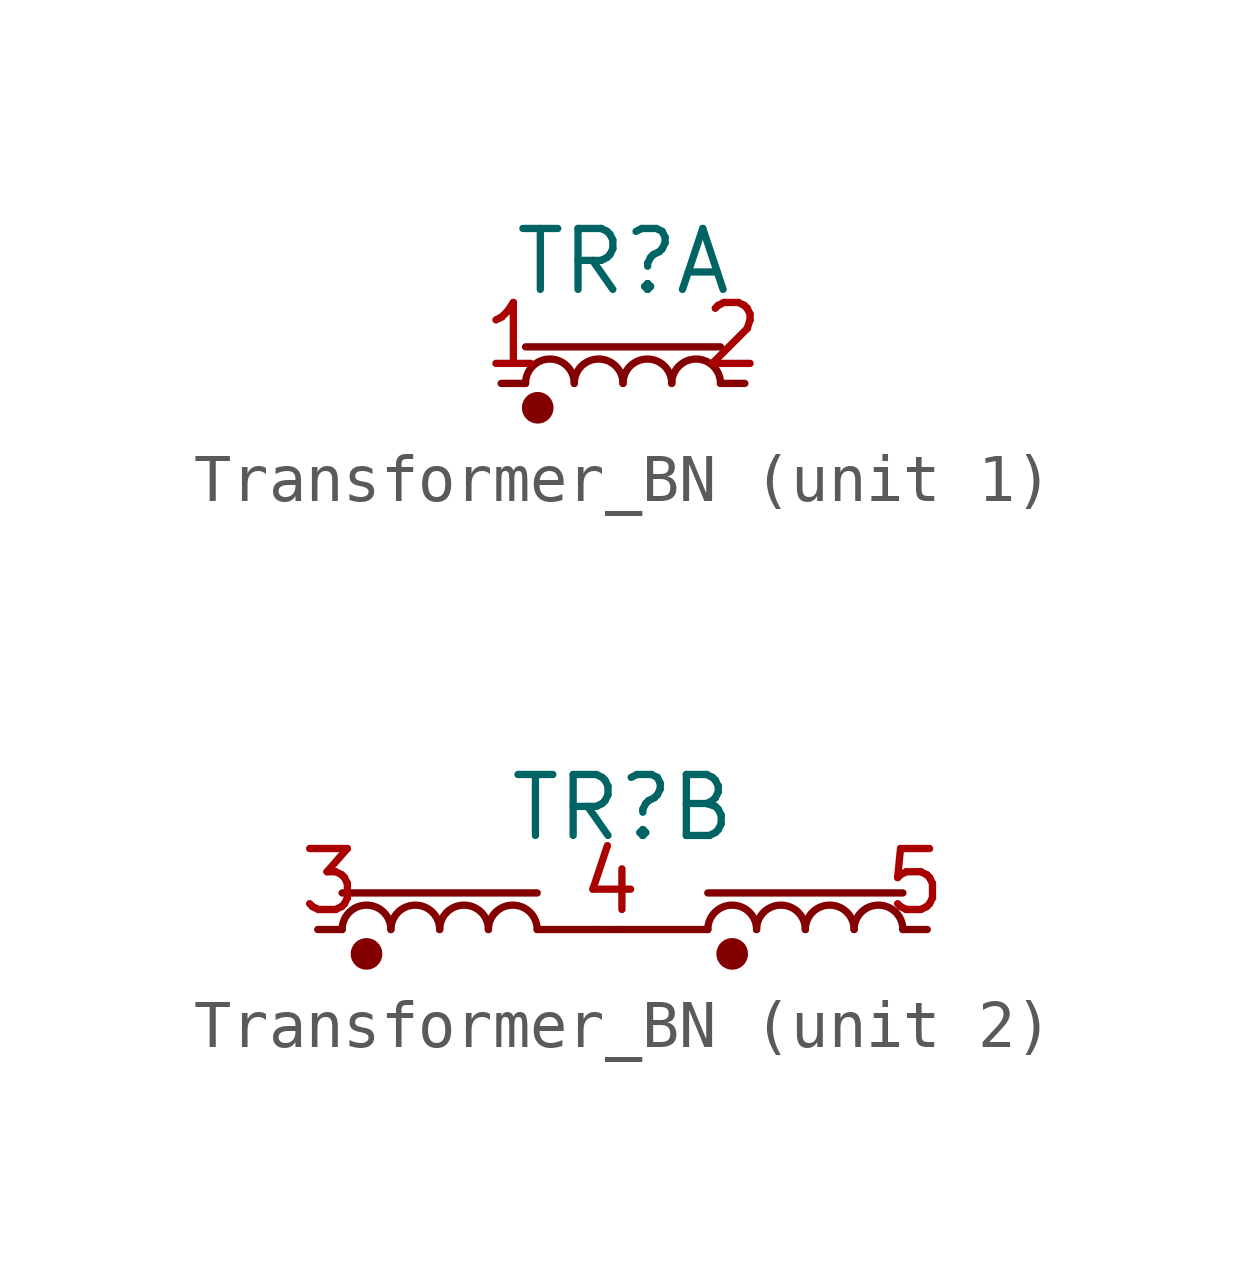
<source format=kicad_sym>
(kicad_symbol_lib
  (version 20220914)
  (generator kicad_symbol_editor)
  (symbol "Transformer_BN"
    (pin_names
      (offset 0))
    (property "Reference" "TR"
      (at 0 2.54 0)
      (effects (font (size 1.27 1.27))))
    (property "Value" ""
      (at 0 0 0)
      (effects (font (size 1.27 1.27))))
    (property "ki_locked" ""
      (at 0 0 0)
      (effects (font (size 1.27 1.27))))
    (symbol "Transformer_BN_1_1"
      (circle (center -1.778 -0.508) (radius 0.254) (stroke (width 0) (type default)) (fill (type outline)))
      (arc (start -1.016 0) (mid -1.524 0.5058) (end -2.032 0) (stroke (width 0) (type default)) (fill (type none)))
      (arc (start 0 0) (mid -0.508 0.5058) (end -1.016 0) (stroke (width 0) (type default)) (fill (type none)))
      (polyline (pts (xy -2.032 0.762) (xy 2.032 0.762)) (stroke (width 0) (type default)) (fill (type none)))
      (arc (start 1.016 0) (mid 0.508 0.5058) (end 0 0) (stroke (width 0) (type default)) (fill (type none)))
      (arc (start 2.032 0) (mid 1.524 0.5058) (end 1.016 0) (stroke (width 0) (type default)) (fill (type none)))
      (pin passive line (at -2.54 0 0) (length 0.508) (name "~" (effects (font (size 1.27 1.27)))) (number "1" (effects (font (size 1.27 1.27)))))
      (pin passive line (at 2.54 0 180) (length 0.508) (name "~" (effects (font (size 1.27 1.27)))) (number "2" (effects (font (size 1.27 1.27))))))
    (symbol "Transformer_BN_2_1"
      (circle (center -5.334 -0.508) (radius 0.254) (stroke (width 0) (type default)) (fill (type outline)))
      (arc (start -4.826 0) (mid -5.334 0.5058) (end -5.842 0) (stroke (width 0) (type default)) (fill (type none)))
      (arc (start -3.81 0) (mid -4.318 0.5058) (end -4.826 0) (stroke (width 0) (type default)) (fill (type none)))
      (arc (start -2.794 0) (mid -3.302 0.5058) (end -3.81 0) (stroke (width 0) (type default)) (fill (type none)))
      (arc (start -1.778 0) (mid -2.286 0.5058) (end -2.794 0) (stroke (width 0) (type default)) (fill (type none)))
      (polyline (pts (xy -5.842 0.762) (xy -1.778 0.762)) (stroke (width 0) (type default)) (fill (type none)))
      (polyline (pts (xy -1.778 0) (xy -0.508 0)) (stroke (width 0) (type default)) (fill (type none)))
      (polyline (pts (xy 0 0) (xy 1.778 0)) (stroke (width 0) (type default)) (fill (type none)))
      (polyline (pts (xy 1.778 0.762) (xy 5.842 0.762)) (stroke (width 0) (type default)) (fill (type none)))
      (circle (center 2.286 -0.508) (radius 0.254) (stroke (width 0) (type default)) (fill (type outline)))
      (arc (start 2.794 0) (mid 2.286 0.5058) (end 1.778 0) (stroke (width 0) (type default)) (fill (type none)))
      (arc (start 3.81 0) (mid 3.302 0.5058) (end 2.794 0) (stroke (width 0) (type default)) (fill (type none)))
      (arc (start 4.826 0) (mid 4.318 0.5058) (end 3.81 0) (stroke (width 0) (type default)) (fill (type none)))
      (arc (start 5.842 0) (mid 5.334 0.5058) (end 4.826 0) (stroke (width 0) (type default)) (fill (type none)))
      (pin passive line (at -6.35 0 0) (length 0.508) (name "~" (effects (font (size 1.27 1.27)))) (number "3" (effects (font (size 1.27 1.27)))))
      (pin passive line (at 0 0 180) (length 0.508) (name "~" (effects (font (size 1.27 1.27)))) (number "4" (effects (font (size 1.27 1.27)))))
      (pin passive line (at 6.35 0 180) (length 0.508) (name "~" (effects (font (size 1.27 1.27)))) (number "5" (effects (font (size 1.27 1.27))))))))
</source>
